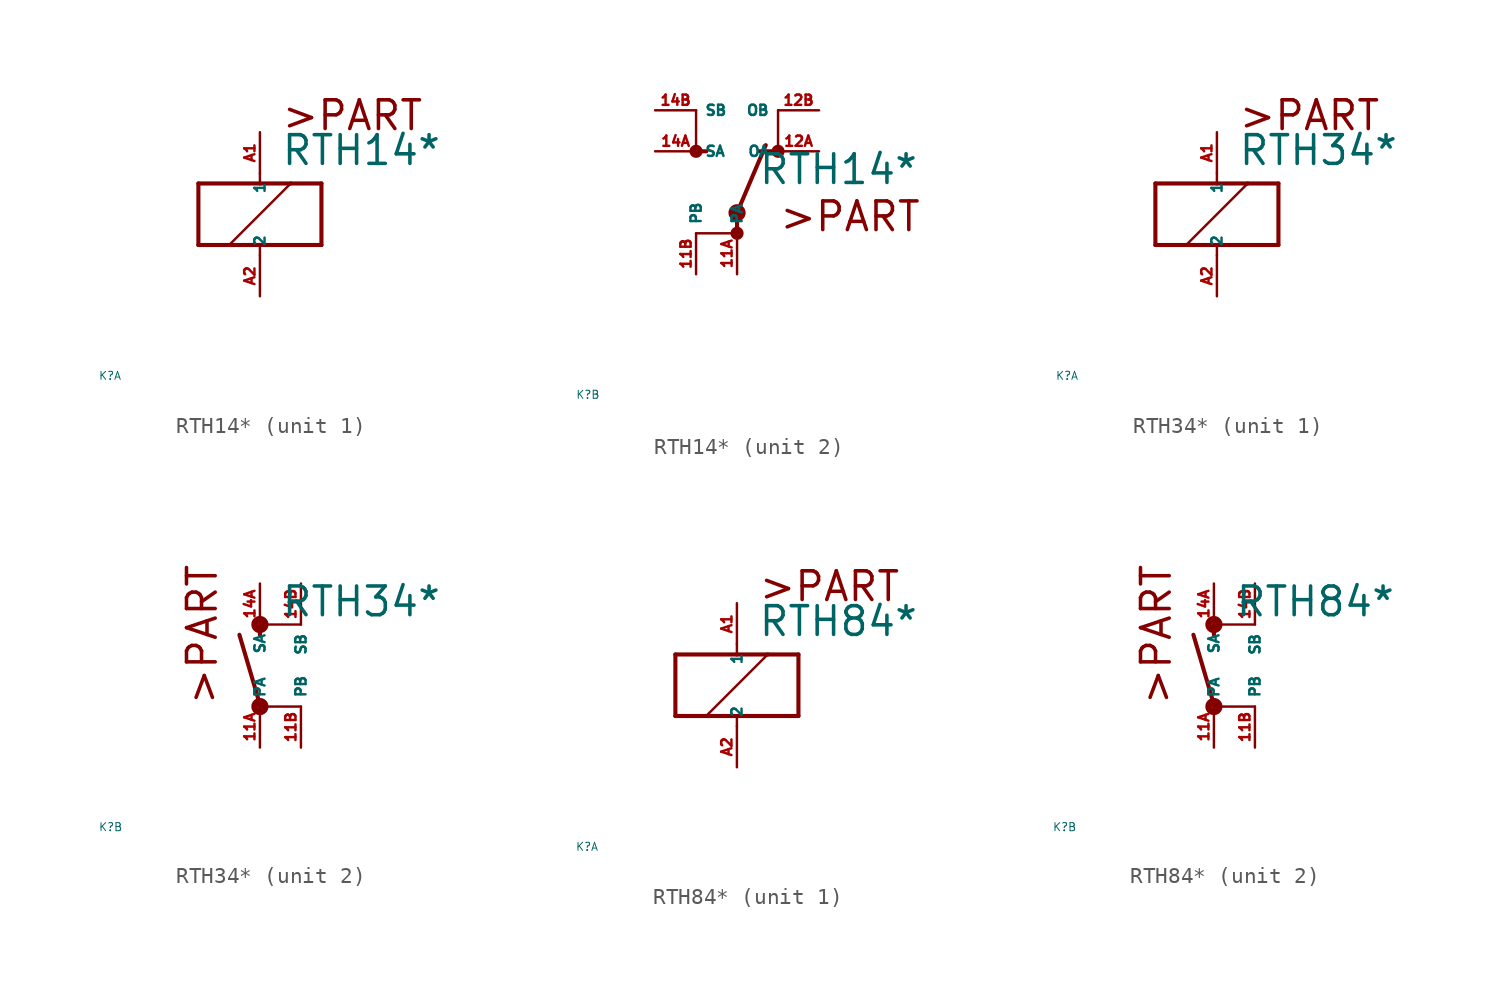
<source format=kicad_sym>
(kicad_symbol_lib
  (version 20220914)
  (generator Eagle2Kicad)
  (symbol "RTH14*"
    (property "Reference" "K"
      (at -10 -10 0)
      (effects (font (size 0.5 0.5) (thickness 0.06)) (justify left)))
    (property "Value" "RTH14*"
      (at 1.27 2.921 0)
      (effects (font (size 1.778 1.778) (thickness 0.22)) (justify left bottom)))
    (symbol "RTH14*_1_0"
      (polyline (pts (xy -3.81 -1.905) (xy -1.905 -1.905)) (stroke (width 0.254) (type default)) (fill (type none)))
      (polyline (pts (xy 3.81 -1.905) (xy 3.81 1.905)) (stroke (width 0.254) (type default)) (fill (type none)))
      (polyline (pts (xy 3.81 1.905) (xy 1.905 1.905)) (stroke (width 0.254) (type default)) (fill (type none)))
      (polyline (pts (xy -3.81 1.905) (xy -3.81 -1.905)) (stroke (width 0.254) (type default)) (fill (type none)))
      (polyline (pts (xy 0 -2.54) (xy 0 -1.905)) (stroke (width 0.152) (type default)) (fill (type none)))
      (polyline (pts (xy 0 -1.905) (xy 3.81 -1.905)) (stroke (width 0.254) (type default)) (fill (type none)))
      (polyline (pts (xy 0 2.54) (xy 0 1.905)) (stroke (width 0.152) (type default)) (fill (type none)))
      (polyline (pts (xy 0 1.905) (xy -3.81 1.905)) (stroke (width 0.254) (type default)) (fill (type none)))
      (polyline (pts (xy -1.905 -1.905) (xy 1.905 1.905)) (stroke (width 0.152) (type default)) (fill (type none)))
      (polyline (pts (xy -1.905 -1.905) (xy 0 -1.905)) (stroke (width 0.254) (type default)) (fill (type none)))
      (polyline (pts (xy 1.905 1.905) (xy 0 1.905)) (stroke (width 0.254) (type default)) (fill (type none)))
      (text ">PART" (at 1.27 5.08 0) (effects (font (size 1.778 1.778) (thickness 0.22)) (justify left bottom)))
      (pin passive line (at 0 -5.08 90) (length 2.54) (name "2" (effects (font (size 0.635 0.635) (thickness 0.08)) (justify left bottom))) (number "A2" (effects (font (size 0.635 0.635) (thickness 0.08)) (justify left bottom))))
      (pin passive line (at 0 5.08 270) (length 2.54) (name "1" (effects (font (size 0.635 0.635) (thickness 0.08)) (justify left bottom))) (number "A1" (effects (font (size 0.635 0.635) (thickness 0.08)) (justify left bottom)))))
    (symbol "RTH14*_2_0"
      (polyline (pts (xy 2.413 5.08) (xy 1.397 5.08)) (stroke (width 0.254) (type default)) (fill (type none)))
      (polyline (pts (xy -2.667 5.08) (xy -2.54 5.08)) (stroke (width 0.254) (type default)) (fill (type none)))
      (polyline (pts (xy -2.54 5.08) (xy -1.905 5.08)) (stroke (width 0.254) (type default)) (fill (type none)))
      (polyline (pts (xy 0 1.27) (xy 1.778 5.461)) (stroke (width 0.254) (type default)) (fill (type none)))
      (polyline (pts (xy 0 1.27) (xy 0 0)) (stroke (width 0.254) (type default)) (fill (type none)))
      (polyline (pts (xy -2.54 7.62) (xy -2.54 5.08)) (stroke (width 0.152) (type default)) (fill (type none)))
      (polyline (pts (xy 2.54 7.62) (xy 2.54 5.08)) (stroke (width 0.152) (type default)) (fill (type none)))
      (polyline (pts (xy -2.54 0) (xy 0 0)) (stroke (width 0.152) (type default)) (fill (type none)))
      (text ">PART" (at 2.54 0 0) (effects (font (size 1.778 1.778) (thickness 0.22)) (justify left bottom)))
      (circle (center 0 1.27) (radius 0.127) (stroke (width 0.406) (type default)) (fill (type none)))
      (circle (center -2.54 5.08) (radius 0.254) (stroke (width 0.305) (type default)) (fill (type none)))
      (circle (center 0 0) (radius 0.254) (stroke (width 0.305) (type default)) (fill (type none)))
      (circle (center 2.54 5.08) (radius 0.254) (stroke (width 0.305) (type default)) (fill (type none)))
      (pin passive line (at 5.08 5.08 180) (length 2.54) (name "OA" (effects (font (size 0.635 0.635) (thickness 0.08)) (justify left bottom))) (number "12A" (effects (font (size 0.635 0.635) (thickness 0.08)) (justify left bottom))))
      (pin passive line (at -5.08 5.08 0) (length 2.54) (name "SA" (effects (font (size 0.635 0.635) (thickness 0.08)) (justify left bottom))) (number "14A" (effects (font (size 0.635 0.635) (thickness 0.08)) (justify left bottom))))
      (pin passive line (at 0 -2.54 90) (length 2.54) (name "PA" (effects (font (size 0.635 0.635) (thickness 0.08)) (justify left bottom))) (number "11A" (effects (font (size 0.635 0.635) (thickness 0.08)) (justify left bottom))))
      (pin passive line (at -5.08 7.62 0) (length 2.54) (name "SB" (effects (font (size 0.635 0.635) (thickness 0.08)) (justify left bottom))) (number "14B" (effects (font (size 0.635 0.635) (thickness 0.08)) (justify left bottom))))
      (pin passive line (at 5.08 7.62 180) (length 2.54) (name "OB" (effects (font (size 0.635 0.635) (thickness 0.08)) (justify left bottom))) (number "12B" (effects (font (size 0.635 0.635) (thickness 0.08)) (justify left bottom))))
      (pin passive line (at -2.54 -2.54 90) (length 2.54) (name "PB" (effects (font (size 0.635 0.635) (thickness 0.08)) (justify left bottom))) (number "11B" (effects (font (size 0.635 0.635) (thickness 0.08)) (justify left bottom))))))
  (symbol "RTH34*"
    (property "Reference" "K"
      (at -10 -10 0)
      (effects (font (size 0.5 0.5) (thickness 0.06)) (justify left)))
    (property "Value" "RTH34*"
      (at 1.27 2.921 0)
      (effects (font (size 1.778 1.778) (thickness 0.22)) (justify left bottom)))
    (symbol "RTH34*_1_0"
      (polyline (pts (xy -3.81 -1.905) (xy -1.905 -1.905)) (stroke (width 0.254) (type default)) (fill (type none)))
      (polyline (pts (xy 3.81 -1.905) (xy 3.81 1.905)) (stroke (width 0.254) (type default)) (fill (type none)))
      (polyline (pts (xy 3.81 1.905) (xy 1.905 1.905)) (stroke (width 0.254) (type default)) (fill (type none)))
      (polyline (pts (xy -3.81 1.905) (xy -3.81 -1.905)) (stroke (width 0.254) (type default)) (fill (type none)))
      (polyline (pts (xy 0 -2.54) (xy 0 -1.905)) (stroke (width 0.152) (type default)) (fill (type none)))
      (polyline (pts (xy 0 -1.905) (xy 3.81 -1.905)) (stroke (width 0.254) (type default)) (fill (type none)))
      (polyline (pts (xy 0 2.54) (xy 0 1.905)) (stroke (width 0.152) (type default)) (fill (type none)))
      (polyline (pts (xy 0 1.905) (xy -3.81 1.905)) (stroke (width 0.254) (type default)) (fill (type none)))
      (polyline (pts (xy -1.905 -1.905) (xy 1.905 1.905)) (stroke (width 0.152) (type default)) (fill (type none)))
      (polyline (pts (xy -1.905 -1.905) (xy 0 -1.905)) (stroke (width 0.254) (type default)) (fill (type none)))
      (polyline (pts (xy 1.905 1.905) (xy 0 1.905)) (stroke (width 0.254) (type default)) (fill (type none)))
      (text ">PART" (at 1.27 5.08 0) (effects (font (size 1.778 1.778) (thickness 0.22)) (justify left bottom)))
      (pin passive line (at 0 -5.08 90) (length 2.54) (name "2" (effects (font (size 0.635 0.635) (thickness 0.08)) (justify left bottom))) (number "A2" (effects (font (size 0.635 0.635) (thickness 0.08)) (justify left bottom))))
      (pin passive line (at 0 5.08 270) (length 2.54) (name "1" (effects (font (size 0.635 0.635) (thickness 0.08)) (justify left bottom))) (number "A1" (effects (font (size 0.635 0.635) (thickness 0.08)) (justify left bottom)))))
    (symbol "RTH34*_2_0"
      (polyline (pts (xy 0 2.54) (xy 0 1.905)) (stroke (width 0.254) (type default)) (fill (type none)))
      (polyline (pts (xy 0 -2.54) (xy 0 -2.413)) (stroke (width 0.254) (type default)) (fill (type none)))
      (polyline (pts (xy 0 -2.413) (xy -1.27 1.905)) (stroke (width 0.254) (type default)) (fill (type none)))
      (polyline (pts (xy 0 2.54) (xy 2.54 2.54)) (stroke (width 0.152) (type default)) (fill (type none)))
      (polyline (pts (xy 0 -2.54) (xy 2.54 -2.54)) (stroke (width 0.152) (type default)) (fill (type none)))
      (text ">PART" (at -2.54 -2.54 900) (effects (font (size 1.778 1.778) (thickness 0.22)) (justify left bottom)))
      (circle (center 0 -2.54) (radius 0.127) (stroke (width 0.406) (type default)) (fill (type none)))
      (circle (center 0 2.54) (radius 0.127) (stroke (width 0.406) (type default)) (fill (type none)))
      (pin passive line (at 0 -5.08 90) (length 2.54) (name "PA" (effects (font (size 0.635 0.635) (thickness 0.08)) (justify left bottom))) (number "11A" (effects (font (size 0.635 0.635) (thickness 0.08)) (justify left bottom))))
      (pin passive line (at 0 5.08 270) (length 2.54) (name "SA" (effects (font (size 0.635 0.635) (thickness 0.08)) (justify left bottom))) (number "14A" (effects (font (size 0.635 0.635) (thickness 0.08)) (justify left bottom))))
      (pin passive line (at 2.54 5.08 270) (length 2.54) (name "SB" (effects (font (size 0.635 0.635) (thickness 0.08)) (justify left bottom))) (number "14B" (effects (font (size 0.635 0.635) (thickness 0.08)) (justify left bottom))))
      (pin passive line (at 2.54 -5.08 90) (length 2.54) (name "PB" (effects (font (size 0.635 0.635) (thickness 0.08)) (justify left bottom))) (number "11B" (effects (font (size 0.635 0.635) (thickness 0.08)) (justify left bottom))))))
  (symbol "RTH84*"
    (property "Reference" "K"
      (at -10 -10 0)
      (effects (font (size 0.5 0.5) (thickness 0.06)) (justify left)))
    (property "Value" "RTH84*"
      (at 1.27 2.921 0)
      (effects (font (size 1.778 1.778) (thickness 0.22)) (justify left bottom)))
    (symbol "RTH84*_1_0"
      (polyline (pts (xy -3.81 -1.905) (xy -1.905 -1.905)) (stroke (width 0.254) (type default)) (fill (type none)))
      (polyline (pts (xy 3.81 -1.905) (xy 3.81 1.905)) (stroke (width 0.254) (type default)) (fill (type none)))
      (polyline (pts (xy 3.81 1.905) (xy 1.905 1.905)) (stroke (width 0.254) (type default)) (fill (type none)))
      (polyline (pts (xy -3.81 1.905) (xy -3.81 -1.905)) (stroke (width 0.254) (type default)) (fill (type none)))
      (polyline (pts (xy 0 -2.54) (xy 0 -1.905)) (stroke (width 0.152) (type default)) (fill (type none)))
      (polyline (pts (xy 0 -1.905) (xy 3.81 -1.905)) (stroke (width 0.254) (type default)) (fill (type none)))
      (polyline (pts (xy 0 2.54) (xy 0 1.905)) (stroke (width 0.152) (type default)) (fill (type none)))
      (polyline (pts (xy 0 1.905) (xy -3.81 1.905)) (stroke (width 0.254) (type default)) (fill (type none)))
      (polyline (pts (xy -1.905 -1.905) (xy 1.905 1.905)) (stroke (width 0.152) (type default)) (fill (type none)))
      (polyline (pts (xy -1.905 -1.905) (xy 0 -1.905)) (stroke (width 0.254) (type default)) (fill (type none)))
      (polyline (pts (xy 1.905 1.905) (xy 0 1.905)) (stroke (width 0.254) (type default)) (fill (type none)))
      (text ">PART" (at 1.27 5.08 0) (effects (font (size 1.778 1.778) (thickness 0.22)) (justify left bottom)))
      (pin passive line (at 0 -5.08 90) (length 2.54) (name "2" (effects (font (size 0.635 0.635) (thickness 0.08)) (justify left bottom))) (number "A2" (effects (font (size 0.635 0.635) (thickness 0.08)) (justify left bottom))))
      (pin passive line (at 0 5.08 270) (length 2.54) (name "1" (effects (font (size 0.635 0.635) (thickness 0.08)) (justify left bottom))) (number "A1" (effects (font (size 0.635 0.635) (thickness 0.08)) (justify left bottom)))))
    (symbol "RTH84*_2_0"
      (polyline (pts (xy 0 2.54) (xy 0 1.905)) (stroke (width 0.254) (type default)) (fill (type none)))
      (polyline (pts (xy 0 -2.54) (xy 0 -2.413)) (stroke (width 0.254) (type default)) (fill (type none)))
      (polyline (pts (xy 0 -2.413) (xy -1.27 1.905)) (stroke (width 0.254) (type default)) (fill (type none)))
      (polyline (pts (xy 0 2.54) (xy 2.54 2.54)) (stroke (width 0.152) (type default)) (fill (type none)))
      (polyline (pts (xy 0 -2.54) (xy 2.54 -2.54)) (stroke (width 0.152) (type default)) (fill (type none)))
      (text ">PART" (at -2.54 -2.54 900) (effects (font (size 1.778 1.778) (thickness 0.22)) (justify left bottom)))
      (circle (center 0 -2.54) (radius 0.127) (stroke (width 0.406) (type default)) (fill (type none)))
      (circle (center 0 2.54) (radius 0.127) (stroke (width 0.406) (type default)) (fill (type none)))
      (pin passive line (at 0 -5.08 90) (length 2.54) (name "PA" (effects (font (size 0.635 0.635) (thickness 0.08)) (justify left bottom))) (number "11A" (effects (font (size 0.635 0.635) (thickness 0.08)) (justify left bottom))))
      (pin passive line (at 0 5.08 270) (length 2.54) (name "SA" (effects (font (size 0.635 0.635) (thickness 0.08)) (justify left bottom))) (number "14A" (effects (font (size 0.635 0.635) (thickness 0.08)) (justify left bottom))))
      (pin passive line (at 2.54 5.08 270) (length 2.54) (name "SB" (effects (font (size 0.635 0.635) (thickness 0.08)) (justify left bottom))) (number "14B" (effects (font (size 0.635 0.635) (thickness 0.08)) (justify left bottom))))
      (pin passive line (at 2.54 -5.08 90) (length 2.54) (name "PB" (effects (font (size 0.635 0.635) (thickness 0.08)) (justify left bottom))) (number "11B" (effects (font (size 0.635 0.635) (thickness 0.08)) (justify left bottom)))))))
</source>
